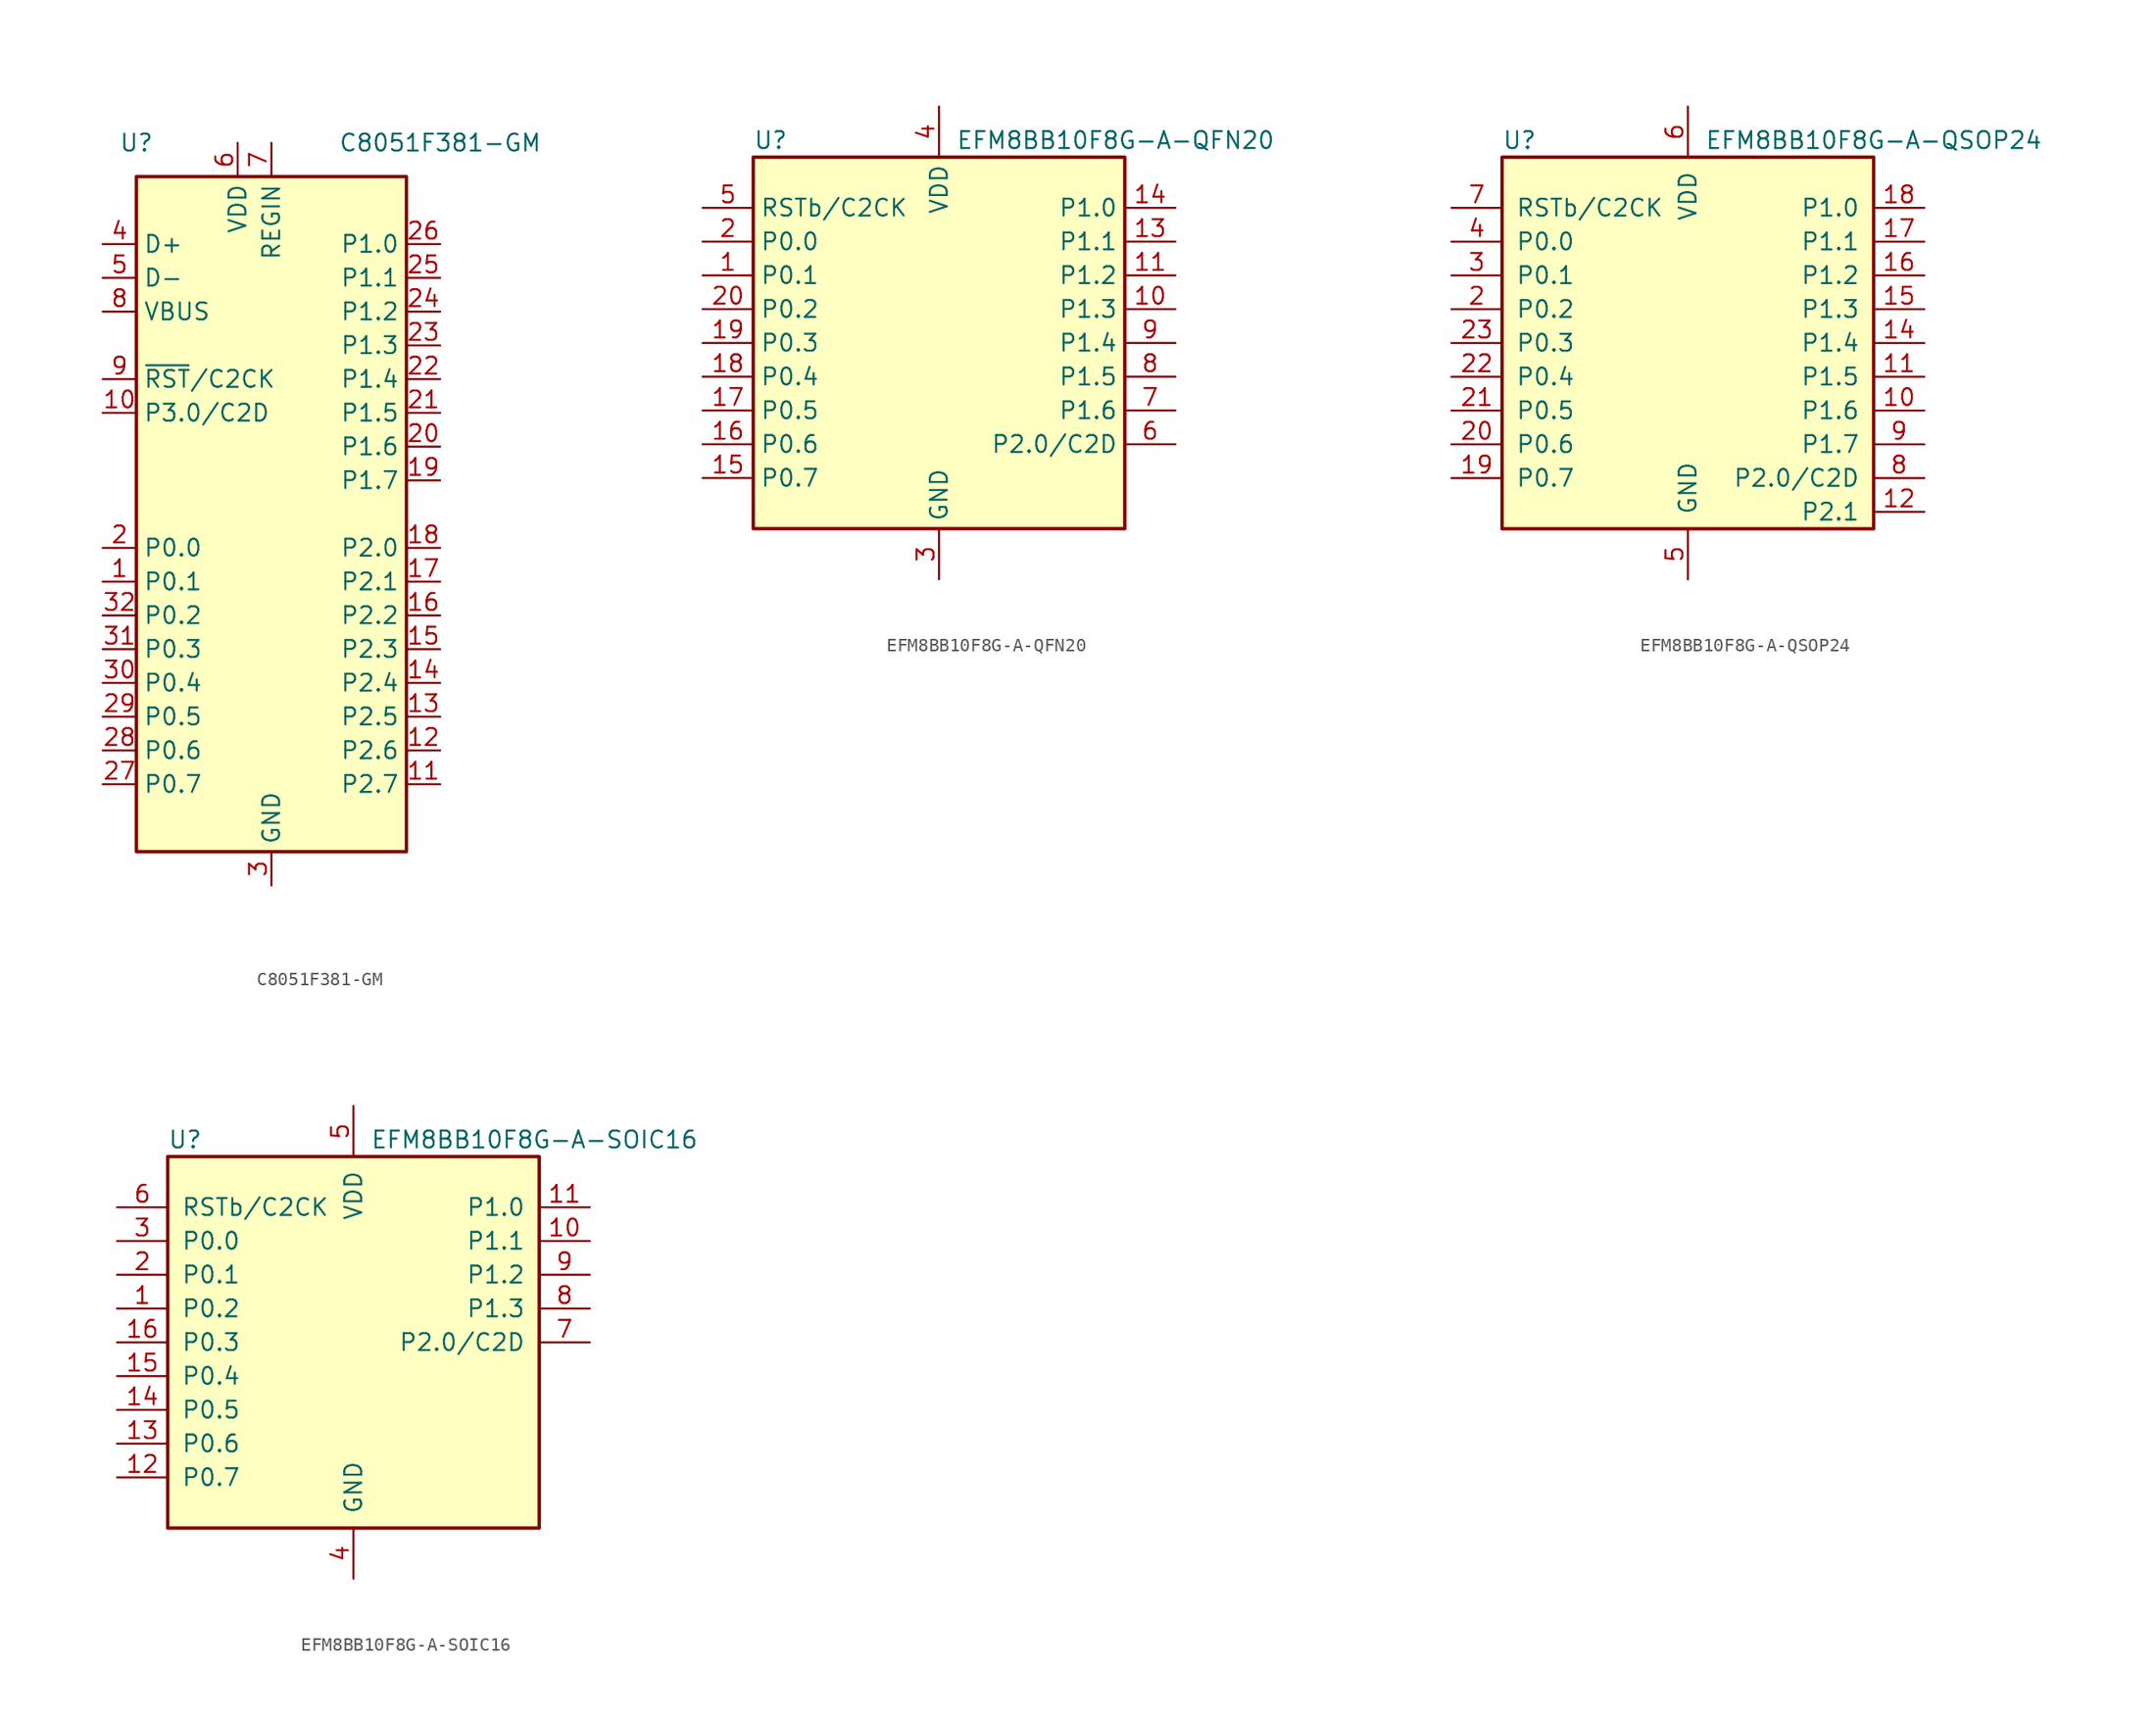
<source format=kicad_sym>
(kicad_symbol_lib
  (version 20241209)
  (generator "kicad_symbol_editor")
  (generator_version "9.0")
  (symbol "C8051F381-GM"
    (property "Reference" "U"
      (at -10.16 27.94 0)
      (effects (font (size 1.27 1.27))))
    (property "Value" "C8051F381-GM"
      (at 12.7 27.94 0)
      (effects (font (size 1.27 1.27))))
    (symbol "C8051F381-GM_0_1"
      (rectangle (start -10.16 25.4) (end 10.16 -25.4) (stroke (width 0.254) (type default)) (fill (type background))))
    (symbol "C8051F381-GM_1_1"
      (pin bidirectional line (at -12.7 20.32 0) (length 2.54) (name "D+" (effects (font (size 1.27 1.27)))) (number "4" (effects (font (size 1.27 1.27)))))
      (pin bidirectional line (at -12.7 17.78 0) (length 2.54) (name "D-" (effects (font (size 1.27 1.27)))) (number "5" (effects (font (size 1.27 1.27)))))
      (pin input line (at -12.7 15.24 0) (length 2.54) (name "VBUS" (effects (font (size 1.27 1.27)))) (number "8" (effects (font (size 1.27 1.27)))))
      (pin input line (at -12.7 10.16 0) (length 2.54) (name "~{RST}/C2CK" (effects (font (size 1.27 1.27)))) (number "9" (effects (font (size 1.27 1.27)))))
      (pin bidirectional line (at -12.7 7.62 0) (length 2.54) (name "P3.0/C2D" (effects (font (size 1.27 1.27)))) (number "10" (effects (font (size 1.27 1.27)))))
      (pin bidirectional line (at -12.7 -2.54 0) (length 2.54) (name "P0.0" (effects (font (size 1.27 1.27)))) (number "2" (effects (font (size 1.27 1.27)))))
      (pin bidirectional line (at -12.7 -5.08 0) (length 2.54) (name "P0.1" (effects (font (size 1.27 1.27)))) (number "1" (effects (font (size 1.27 1.27)))))
      (pin bidirectional line (at -12.7 -7.62 0) (length 2.54) (name "P0.2" (effects (font (size 1.27 1.27)))) (number "32" (effects (font (size 1.27 1.27)))))
      (pin bidirectional line (at -12.7 -10.16 0) (length 2.54) (name "P0.3" (effects (font (size 1.27 1.27)))) (number "31" (effects (font (size 1.27 1.27)))))
      (pin bidirectional line (at -12.7 -12.7 0) (length 2.54) (name "P0.4" (effects (font (size 1.27 1.27)))) (number "30" (effects (font (size 1.27 1.27)))))
      (pin bidirectional line (at -12.7 -15.24 0) (length 2.54) (name "P0.5" (effects (font (size 1.27 1.27)))) (number "29" (effects (font (size 1.27 1.27)))))
      (pin bidirectional line (at -12.7 -17.78 0) (length 2.54) (name "P0.6" (effects (font (size 1.27 1.27)))) (number "28" (effects (font (size 1.27 1.27)))))
      (pin bidirectional line (at -12.7 -20.32 0) (length 2.54) (name "P0.7" (effects (font (size 1.27 1.27)))) (number "27" (effects (font (size 1.27 1.27)))))
      (pin power_in line (at -2.54 27.94 270) (length 2.54) (name "VDD" (effects (font (size 1.27 1.27)))) (number "6" (effects (font (size 1.27 1.27)))))
      (pin power_in line (at 0 27.94 270) (length 2.54) (name "REGIN" (effects (font (size 1.27 1.27)))) (number "7" (effects (font (size 1.27 1.27)))))
      (pin power_in line (at 0 -27.94 90) (length 2.54) (name "GND" (effects (font (size 1.27 1.27)))) (number "3" (effects (font (size 1.27 1.27)))))
      (pin passive line (at 0 -27.94 90) (length 2.54) (hide yes) (name "GND" (effects (font (size 1.27 1.27)))) (number "33" (effects (font (size 1.27 1.27)))))
      (pin bidirectional line (at 12.7 20.32 180) (length 2.54) (name "P1.0" (effects (font (size 1.27 1.27)))) (number "26" (effects (font (size 1.27 1.27)))))
      (pin bidirectional line (at 12.7 17.78 180) (length 2.54) (name "P1.1" (effects (font (size 1.27 1.27)))) (number "25" (effects (font (size 1.27 1.27)))))
      (pin bidirectional line (at 12.7 15.24 180) (length 2.54) (name "P1.2" (effects (font (size 1.27 1.27)))) (number "24" (effects (font (size 1.27 1.27)))))
      (pin bidirectional line (at 12.7 12.7 180) (length 2.54) (name "P1.3" (effects (font (size 1.27 1.27)))) (number "23" (effects (font (size 1.27 1.27)))))
      (pin bidirectional line (at 12.7 10.16 180) (length 2.54) (name "P1.4" (effects (font (size 1.27 1.27)))) (number "22" (effects (font (size 1.27 1.27)))))
      (pin bidirectional line (at 12.7 7.62 180) (length 2.54) (name "P1.5" (effects (font (size 1.27 1.27)))) (number "21" (effects (font (size 1.27 1.27)))))
      (pin bidirectional line (at 12.7 5.08 180) (length 2.54) (name "P1.6" (effects (font (size 1.27 1.27)))) (number "20" (effects (font (size 1.27 1.27)))))
      (pin bidirectional line (at 12.7 2.54 180) (length 2.54) (name "P1.7" (effects (font (size 1.27 1.27)))) (number "19" (effects (font (size 1.27 1.27)))))
      (pin bidirectional line (at 12.7 -2.54 180) (length 2.54) (name "P2.0" (effects (font (size 1.27 1.27)))) (number "18" (effects (font (size 1.27 1.27)))))
      (pin bidirectional line (at 12.7 -5.08 180) (length 2.54) (name "P2.1" (effects (font (size 1.27 1.27)))) (number "17" (effects (font (size 1.27 1.27)))))
      (pin bidirectional line (at 12.7 -7.62 180) (length 2.54) (name "P2.2" (effects (font (size 1.27 1.27)))) (number "16" (effects (font (size 1.27 1.27)))))
      (pin bidirectional line (at 12.7 -10.16 180) (length 2.54) (name "P2.3" (effects (font (size 1.27 1.27)))) (number "15" (effects (font (size 1.27 1.27)))))
      (pin bidirectional line (at 12.7 -12.7 180) (length 2.54) (name "P2.4" (effects (font (size 1.27 1.27)))) (number "14" (effects (font (size 1.27 1.27)))))
      (pin bidirectional line (at 12.7 -15.24 180) (length 2.54) (name "P2.5" (effects (font (size 1.27 1.27)))) (number "13" (effects (font (size 1.27 1.27)))))
      (pin bidirectional line (at 12.7 -17.78 180) (length 2.54) (name "P2.6" (effects (font (size 1.27 1.27)))) (number "12" (effects (font (size 1.27 1.27)))))
      (pin bidirectional line (at 12.7 -20.32 180) (length 2.54) (name "P2.7" (effects (font (size 1.27 1.27)))) (number "11" (effects (font (size 1.27 1.27)))))))
  (symbol "EFM8BB10F8G-A-QFN20"
    (property "Reference" "U"
      (at -13.97 15.24 0)
      (effects (font (size 1.27 1.27)) (justify left)))
    (property "Value" "EFM8BB10F8G-A-QFN20"
      (at 1.27 15.24 0)
      (effects (font (size 1.27 1.27)) (justify left)))
    (symbol "EFM8BB10F8G-A-QFN20_0_1"
      (rectangle (start -13.97 13.97) (end 13.97 -13.97) (stroke (width 0.254) (type default)) (fill (type background)))
      (pin input line (at -17.78 10.16 0) (length 3.81) (name "RSTb/C2CK" (effects (font (size 1.27 1.27)))) (number "5" (effects (font (size 1.27 1.27)))))
      (pin bidirectional line (at -17.78 7.62 0) (length 3.81) (name "P0.0" (effects (font (size 1.27 1.27)))) (number "2" (effects (font (size 1.27 1.27)))))
      (pin bidirectional line (at -17.78 5.08 0) (length 3.81) (name "P0.1" (effects (font (size 1.27 1.27)))) (number "1" (effects (font (size 1.27 1.27)))))
      (pin bidirectional line (at -17.78 2.54 0) (length 3.81) (name "P0.2" (effects (font (size 1.27 1.27)))) (number "20" (effects (font (size 1.27 1.27)))))
      (pin bidirectional line (at -17.78 0 0) (length 3.81) (name "P0.3" (effects (font (size 1.27 1.27)))) (number "19" (effects (font (size 1.27 1.27)))))
      (pin bidirectional line (at -17.78 -2.54 0) (length 3.81) (name "P0.4" (effects (font (size 1.27 1.27)))) (number "18" (effects (font (size 1.27 1.27)))))
      (pin bidirectional line (at -17.78 -5.08 0) (length 3.81) (name "P0.5" (effects (font (size 1.27 1.27)))) (number "17" (effects (font (size 1.27 1.27)))))
      (pin bidirectional line (at -17.78 -7.62 0) (length 3.81) (name "P0.6" (effects (font (size 1.27 1.27)))) (number "16" (effects (font (size 1.27 1.27)))))
      (pin bidirectional line (at -17.78 -10.16 0) (length 3.81) (name "P0.7" (effects (font (size 1.27 1.27)))) (number "15" (effects (font (size 1.27 1.27)))))
      (pin power_in line (at 0 17.78 270) (length 3.81) (name "VDD" (effects (font (size 1.27 1.27)))) (number "4" (effects (font (size 1.27 1.27)))))
      (pin passive line (at 0 -17.78 90) (length 3.81) (hide yes) (name "GND" (effects (font (size 1.27 1.27)))) (number "12" (effects (font (size 1.27 1.27)))))
      (pin passive line (at 0 -17.78 90) (length 3.81) (hide yes) (name "GND" (effects (font (size 1.27 1.27)))) (number "21" (effects (font (size 1.27 1.27)))))
      (pin power_in line (at 0 -17.78 90) (length 3.81) (name "GND" (effects (font (size 1.27 1.27)))) (number "3" (effects (font (size 1.27 1.27)))))
      (pin bidirectional line (at 17.78 10.16 180) (length 3.81) (name "P1.0" (effects (font (size 1.27 1.27)))) (number "14" (effects (font (size 1.27 1.27)))))
      (pin bidirectional line (at 17.78 7.62 180) (length 3.81) (name "P1.1" (effects (font (size 1.27 1.27)))) (number "13" (effects (font (size 1.27 1.27)))))
      (pin bidirectional line (at 17.78 5.08 180) (length 3.81) (name "P1.2" (effects (font (size 1.27 1.27)))) (number "11" (effects (font (size 1.27 1.27)))))
      (pin bidirectional line (at 17.78 2.54 180) (length 3.81) (name "P1.3" (effects (font (size 1.27 1.27)))) (number "10" (effects (font (size 1.27 1.27)))))
      (pin bidirectional line (at 17.78 0 180) (length 3.81) (name "P1.4" (effects (font (size 1.27 1.27)))) (number "9" (effects (font (size 1.27 1.27)))))
      (pin bidirectional line (at 17.78 -2.54 180) (length 3.81) (name "P1.5" (effects (font (size 1.27 1.27)))) (number "8" (effects (font (size 1.27 1.27)))))
      (pin bidirectional line (at 17.78 -5.08 180) (length 3.81) (name "P1.6" (effects (font (size 1.27 1.27)))) (number "7" (effects (font (size 1.27 1.27)))))
      (pin bidirectional line (at 17.78 -7.62 180) (length 3.81) (name "P2.0/C2D" (effects (font (size 1.27 1.27)))) (number "6" (effects (font (size 1.27 1.27)))))))
  (symbol "EFM8BB10F8G-A-QSOP24"
    (pin_names
      (offset 1.016))
    (property "Reference" "U"
      (at -13.97 15.24 0)
      (effects (font (size 1.27 1.27)) (justify left)))
    (property "Value" "EFM8BB10F8G-A-QSOP24"
      (at 1.27 15.24 0)
      (effects (font (size 1.27 1.27)) (justify left)))
    (symbol "EFM8BB10F8G-A-QSOP24_0_1"
      (rectangle (start -13.97 13.97) (end 13.97 -13.97) (stroke (width 0.254) (type default)) (fill (type background)))
      (pin input line (at -17.78 10.16 0) (length 3.81) (name "RSTb/C2CK" (effects (font (size 1.27 1.27)))) (number "7" (effects (font (size 1.27 1.27)))))
      (pin bidirectional line (at -17.78 7.62 0) (length 3.81) (name "P0.0" (effects (font (size 1.27 1.27)))) (number "4" (effects (font (size 1.27 1.27)))))
      (pin bidirectional line (at -17.78 5.08 0) (length 3.81) (name "P0.1" (effects (font (size 1.27 1.27)))) (number "3" (effects (font (size 1.27 1.27)))))
      (pin bidirectional line (at -17.78 2.54 0) (length 3.81) (name "P0.2" (effects (font (size 1.27 1.27)))) (number "2" (effects (font (size 1.27 1.27)))))
      (pin bidirectional line (at -17.78 0 0) (length 3.81) (name "P0.3" (effects (font (size 1.27 1.27)))) (number "23" (effects (font (size 1.27 1.27)))))
      (pin bidirectional line (at -17.78 -2.54 0) (length 3.81) (name "P0.4" (effects (font (size 1.27 1.27)))) (number "22" (effects (font (size 1.27 1.27)))))
      (pin bidirectional line (at -17.78 -5.08 0) (length 3.81) (name "P0.5" (effects (font (size 1.27 1.27)))) (number "21" (effects (font (size 1.27 1.27)))))
      (pin bidirectional line (at -17.78 -7.62 0) (length 3.81) (name "P0.6" (effects (font (size 1.27 1.27)))) (number "20" (effects (font (size 1.27 1.27)))))
      (pin bidirectional line (at -17.78 -10.16 0) (length 3.81) (name "P0.7" (effects (font (size 1.27 1.27)))) (number "19" (effects (font (size 1.27 1.27)))))
      (pin power_in line (at 0 17.78 270) (length 3.81) (name "VDD" (effects (font (size 1.27 1.27)))) (number "6" (effects (font (size 1.27 1.27)))))
      (pin no_connect line (at 0 2.54 0) (length 3.81) (hide yes) (name "NC" (effects (font (size 1.27 1.27)))) (number "1" (effects (font (size 1.27 1.27)))))
      (pin no_connect line (at 0 0 0) (length 3.81) (hide yes) (name "NC" (effects (font (size 1.27 1.27)))) (number "13" (effects (font (size 1.27 1.27)))))
      (pin no_connect line (at 0 -2.54 0) (length 3.81) (hide yes) (name "NC" (effects (font (size 1.27 1.27)))) (number "24" (effects (font (size 1.27 1.27)))))
      (pin power_in line (at 0 -17.78 90) (length 3.81) (name "GND" (effects (font (size 1.27 1.27)))) (number "5" (effects (font (size 1.27 1.27)))))
      (pin bidirectional line (at 17.78 10.16 180) (length 3.81) (name "P1.0" (effects (font (size 1.27 1.27)))) (number "18" (effects (font (size 1.27 1.27)))))
      (pin bidirectional line (at 17.78 7.62 180) (length 3.81) (name "P1.1" (effects (font (size 1.27 1.27)))) (number "17" (effects (font (size 1.27 1.27)))))
      (pin bidirectional line (at 17.78 5.08 180) (length 3.81) (name "P1.2" (effects (font (size 1.27 1.27)))) (number "16" (effects (font (size 1.27 1.27)))))
      (pin bidirectional line (at 17.78 2.54 180) (length 3.81) (name "P1.3" (effects (font (size 1.27 1.27)))) (number "15" (effects (font (size 1.27 1.27)))))
      (pin bidirectional line (at 17.78 0 180) (length 3.81) (name "P1.4" (effects (font (size 1.27 1.27)))) (number "14" (effects (font (size 1.27 1.27)))))
      (pin bidirectional line (at 17.78 -2.54 180) (length 3.81) (name "P1.5" (effects (font (size 1.27 1.27)))) (number "11" (effects (font (size 1.27 1.27)))))
      (pin bidirectional line (at 17.78 -5.08 180) (length 3.81) (name "P1.6" (effects (font (size 1.27 1.27)))) (number "10" (effects (font (size 1.27 1.27)))))
      (pin bidirectional line (at 17.78 -7.62 180) (length 3.81) (name "P1.7" (effects (font (size 1.27 1.27)))) (number "9" (effects (font (size 1.27 1.27)))))
      (pin bidirectional line (at 17.78 -10.16 180) (length 3.81) (name "P2.0/C2D" (effects (font (size 1.27 1.27)))) (number "8" (effects (font (size 1.27 1.27)))))
      (pin bidirectional line (at 17.78 -12.7 180) (length 3.81) (name "P2.1" (effects (font (size 1.27 1.27)))) (number "12" (effects (font (size 1.27 1.27)))))))
  (symbol "EFM8BB10F8G-A-SOIC16"
    (pin_names
      (offset 1.016))
    (property "Reference" "U"
      (at -13.97 15.24 0)
      (effects (font (size 1.27 1.27)) (justify left)))
    (property "Value" "EFM8BB10F8G-A-SOIC16"
      (at 1.27 15.24 0)
      (effects (font (size 1.27 1.27)) (justify left)))
    (symbol "EFM8BB10F8G-A-SOIC16_0_1"
      (rectangle (start -13.97 13.97) (end 13.97 -13.97) (stroke (width 0.254) (type default)) (fill (type background)))
      (pin input line (at -17.78 10.16 0) (length 3.81) (name "RSTb/C2CK" (effects (font (size 1.27 1.27)))) (number "6" (effects (font (size 1.27 1.27)))))
      (pin bidirectional line (at -17.78 7.62 0) (length 3.81) (name "P0.0" (effects (font (size 1.27 1.27)))) (number "3" (effects (font (size 1.27 1.27)))))
      (pin bidirectional line (at -17.78 5.08 0) (length 3.81) (name "P0.1" (effects (font (size 1.27 1.27)))) (number "2" (effects (font (size 1.27 1.27)))))
      (pin bidirectional line (at -17.78 2.54 0) (length 3.81) (name "P0.2" (effects (font (size 1.27 1.27)))) (number "1" (effects (font (size 1.27 1.27)))))
      (pin bidirectional line (at -17.78 0 0) (length 3.81) (name "P0.3" (effects (font (size 1.27 1.27)))) (number "16" (effects (font (size 1.27 1.27)))))
      (pin bidirectional line (at -17.78 -2.54 0) (length 3.81) (name "P0.4" (effects (font (size 1.27 1.27)))) (number "15" (effects (font (size 1.27 1.27)))))
      (pin bidirectional line (at -17.78 -5.08 0) (length 3.81) (name "P0.5" (effects (font (size 1.27 1.27)))) (number "14" (effects (font (size 1.27 1.27)))))
      (pin bidirectional line (at -17.78 -7.62 0) (length 3.81) (name "P0.6" (effects (font (size 1.27 1.27)))) (number "13" (effects (font (size 1.27 1.27)))))
      (pin bidirectional line (at -17.78 -10.16 0) (length 3.81) (name "P0.7" (effects (font (size 1.27 1.27)))) (number "12" (effects (font (size 1.27 1.27)))))
      (pin power_in line (at 0 17.78 270) (length 3.81) (name "VDD" (effects (font (size 1.27 1.27)))) (number "5" (effects (font (size 1.27 1.27)))))
      (pin power_in line (at 0 -17.78 90) (length 3.81) (name "GND" (effects (font (size 1.27 1.27)))) (number "4" (effects (font (size 1.27 1.27)))))
      (pin bidirectional line (at 17.78 10.16 180) (length 3.81) (name "P1.0" (effects (font (size 1.27 1.27)))) (number "11" (effects (font (size 1.27 1.27)))))
      (pin bidirectional line (at 17.78 7.62 180) (length 3.81) (name "P1.1" (effects (font (size 1.27 1.27)))) (number "10" (effects (font (size 1.27 1.27)))))
      (pin bidirectional line (at 17.78 5.08 180) (length 3.81) (name "P1.2" (effects (font (size 1.27 1.27)))) (number "9" (effects (font (size 1.27 1.27)))))
      (pin bidirectional line (at 17.78 2.54 180) (length 3.81) (name "P1.3" (effects (font (size 1.27 1.27)))) (number "8" (effects (font (size 1.27 1.27)))))
      (pin bidirectional line (at 17.78 0 180) (length 3.81) (name "P2.0/C2D" (effects (font (size 1.27 1.27)))) (number "7" (effects (font (size 1.27 1.27))))))))
</source>
